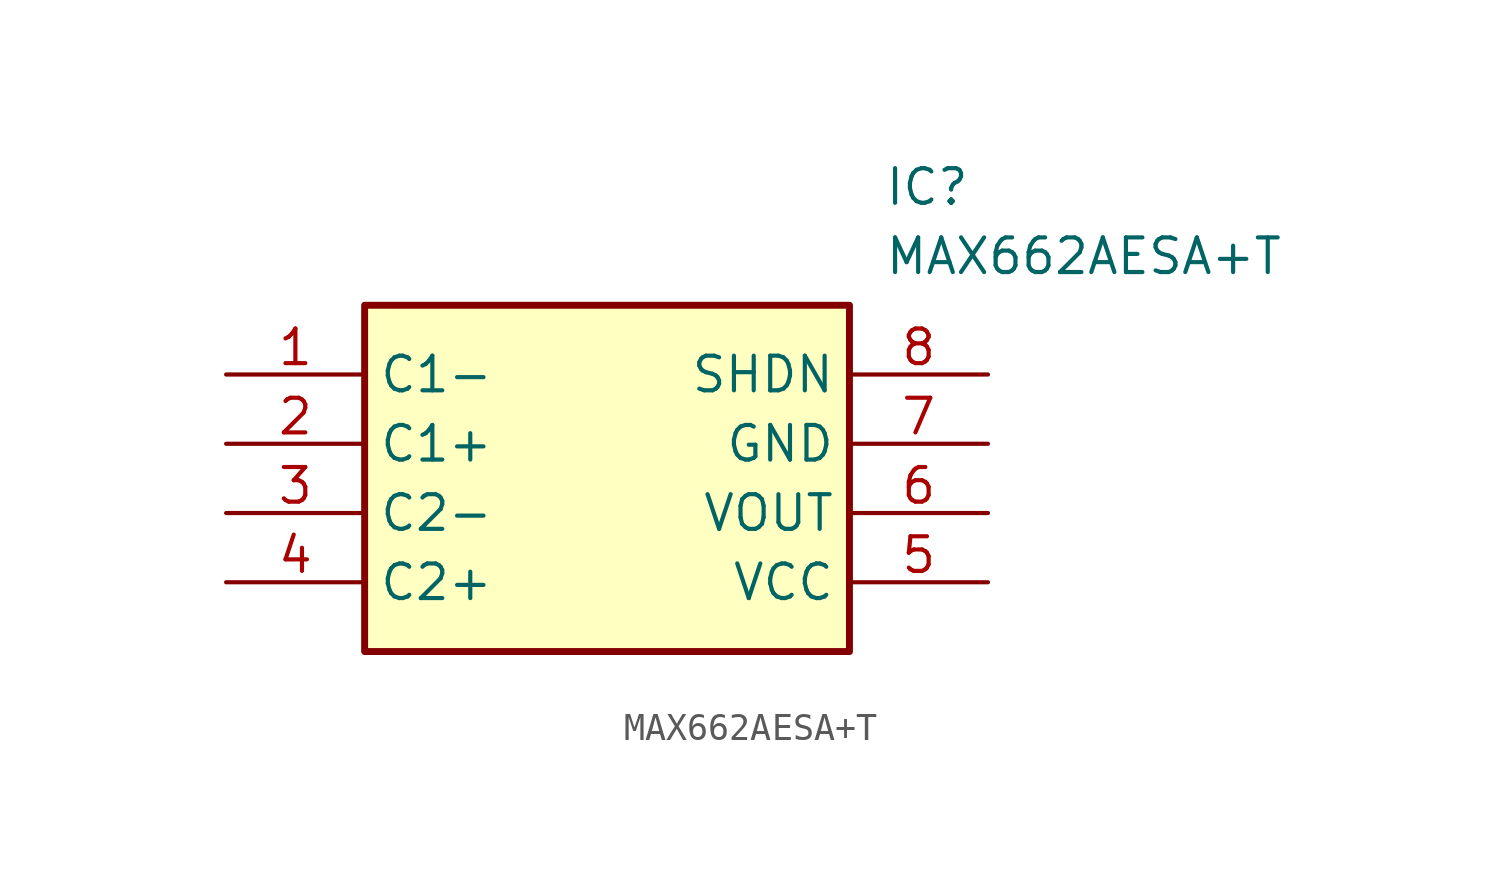
<source format=kicad_sym>
(kicad_symbol_lib
  (version 20211014)
  (generator SamacSys_ECAD_Model)
  (symbol "MAX662AESA+T"
    (property "Reference" "IC"
      (at 24.13 7.62 0)
      (effects (font (size 1.27 1.27)) (justify left top)))
    (property "Value" "MAX662AESA+T"
      (at 24.13 5.08 0)
      (effects (font (size 1.27 1.27)) (justify left top)))
    (rectangle
      (start 5.08 2.54)
      (end 22.86 -10.16)
      (stroke (width 0.254) (type default))
      (fill (type background)))
    (pin passive line
      (at 0 0 0)
      (length 5.08)
      (name "C1-" (effects (font (size 1.27 1.27))))
      (number "1" (effects (font (size 1.27 1.27)))))
    (pin passive line
      (at 0 -2.54 0)
      (length 5.08)
      (name "C1+" (effects (font (size 1.27 1.27))))
      (number "2" (effects (font (size 1.27 1.27)))))
    (pin passive line
      (at 0 -5.08 0)
      (length 5.08)
      (name "C2-" (effects (font (size 1.27 1.27))))
      (number "3" (effects (font (size 1.27 1.27)))))
    (pin passive line
      (at 0 -7.62 0)
      (length 5.08)
      (name "C2+" (effects (font (size 1.27 1.27))))
      (number "4" (effects (font (size 1.27 1.27)))))
    (pin passive line
      (at 27.94 0 180)
      (length 5.08)
      (name "SHDN" (effects (font (size 1.27 1.27))))
      (number "8" (effects (font (size 1.27 1.27)))))
    (pin passive line
      (at 27.94 -2.54 180)
      (length 5.08)
      (name "GND" (effects (font (size 1.27 1.27))))
      (number "7" (effects (font (size 1.27 1.27)))))
    (pin passive line
      (at 27.94 -5.08 180)
      (length 5.08)
      (name "VOUT" (effects (font (size 1.27 1.27))))
      (number "6" (effects (font (size 1.27 1.27)))))
    (pin passive line
      (at 27.94 -7.62 180)
      (length 5.08)
      (name "VCC" (effects (font (size 1.27 1.27))))
      (number "5" (effects (font (size 1.27 1.27)))))))
</source>
